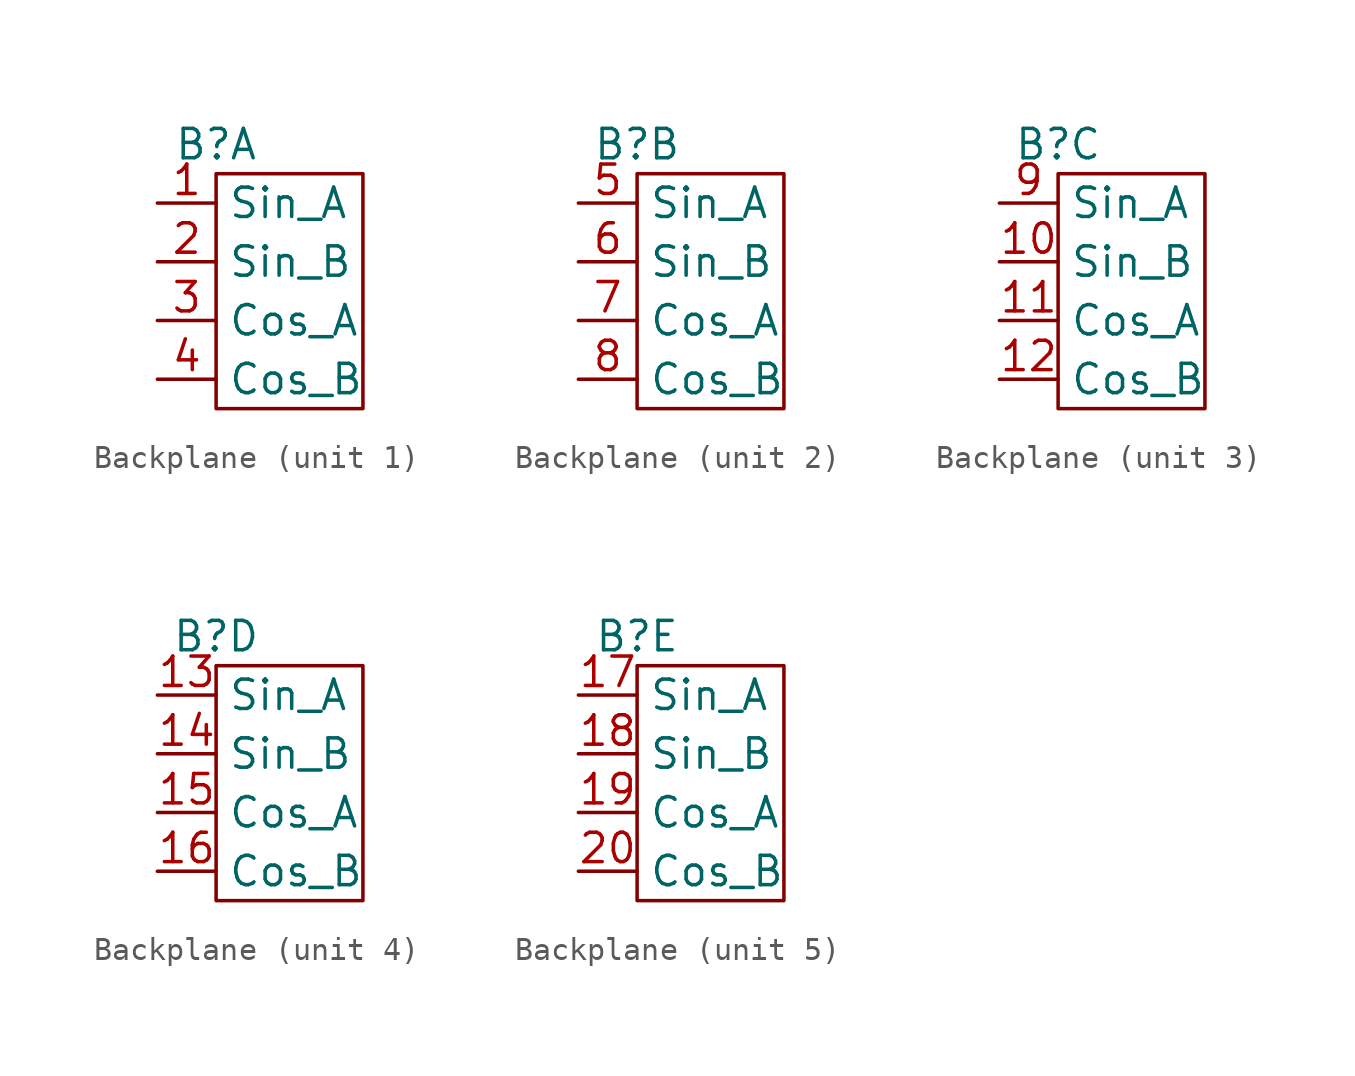
<source format=kicad_sym>
(kicad_symbol_lib
  (version 20231120)
  (generator "kicad_symbol_editor")
  (generator_version "8.0")
  (symbol "Backplane"
    (property "Reference" "B"
      (at 0 0 0)
      (effects (font (size 1.27 1.27))))
    (property "Value" ""
      (at 0 0 0)
      (effects (font (size 1.27 1.27))))
    (property "ki_locked" ""
      (at 0 0 0)
      (effects (font (size 1.27 1.27))))
    (symbol "Backplane_1_1"
      (rectangle (start 0 -1.27) (end 6.35 -11.43) (stroke (width 0) (type default)) (fill (type none)))
      (pin input line (at -2.54 -2.54 0) (length 2.54) (name "Sin_A" (effects (font (size 1.27 1.27)))) (number "1" (effects (font (size 1.27 1.27)))))
      (pin input line (at -2.54 -5.08 0) (length 2.54) (name "Sin_B" (effects (font (size 1.27 1.27)))) (number "2" (effects (font (size 1.27 1.27)))))
      (pin input line (at -2.54 -7.62 0) (length 2.54) (name "Cos_A" (effects (font (size 1.27 1.27)))) (number "3" (effects (font (size 1.27 1.27)))))
      (pin input line (at -2.54 -10.16 0) (length 2.54) (name "Cos_B" (effects (font (size 1.27 1.27)))) (number "4" (effects (font (size 1.27 1.27))))))
    (symbol "Backplane_2_1"
      (rectangle (start 0 -1.27) (end 6.35 -11.43) (stroke (width 0) (type default)) (fill (type none)))
      (pin input line (at -2.54 -2.54 0) (length 2.54) (name "Sin_A" (effects (font (size 1.27 1.27)))) (number "5" (effects (font (size 1.27 1.27)))))
      (pin input line (at -2.54 -5.08 0) (length 2.54) (name "Sin_B" (effects (font (size 1.27 1.27)))) (number "6" (effects (font (size 1.27 1.27)))))
      (pin input line (at -2.54 -7.62 0) (length 2.54) (name "Cos_A" (effects (font (size 1.27 1.27)))) (number "7" (effects (font (size 1.27 1.27)))))
      (pin input line (at -2.54 -10.16 0) (length 2.54) (name "Cos_B" (effects (font (size 1.27 1.27)))) (number "8" (effects (font (size 1.27 1.27))))))
    (symbol "Backplane_3_1"
      (rectangle (start 0 -1.27) (end 6.35 -11.43) (stroke (width 0) (type default)) (fill (type none)))
      (pin input line (at -2.54 -5.08 0) (length 2.54) (name "Sin_B" (effects (font (size 1.27 1.27)))) (number "10" (effects (font (size 1.27 1.27)))))
      (pin input line (at -2.54 -7.62 0) (length 2.54) (name "Cos_A" (effects (font (size 1.27 1.27)))) (number "11" (effects (font (size 1.27 1.27)))))
      (pin input line (at -2.54 -10.16 0) (length 2.54) (name "Cos_B" (effects (font (size 1.27 1.27)))) (number "12" (effects (font (size 1.27 1.27)))))
      (pin input line (at -2.54 -2.54 0) (length 2.54) (name "Sin_A" (effects (font (size 1.27 1.27)))) (number "9" (effects (font (size 1.27 1.27))))))
    (symbol "Backplane_4_1"
      (rectangle (start 0 -1.27) (end 6.35 -11.43) (stroke (width 0) (type default)) (fill (type none)))
      (pin input line (at -2.54 -2.54 0) (length 2.54) (name "Sin_A" (effects (font (size 1.27 1.27)))) (number "13" (effects (font (size 1.27 1.27)))))
      (pin input line (at -2.54 -5.08 0) (length 2.54) (name "Sin_B" (effects (font (size 1.27 1.27)))) (number "14" (effects (font (size 1.27 1.27)))))
      (pin input line (at -2.54 -7.62 0) (length 2.54) (name "Cos_A" (effects (font (size 1.27 1.27)))) (number "15" (effects (font (size 1.27 1.27)))))
      (pin input line (at -2.54 -10.16 0) (length 2.54) (name "Cos_B" (effects (font (size 1.27 1.27)))) (number "16" (effects (font (size 1.27 1.27))))))
    (symbol "Backplane_5_1"
      (rectangle (start 0 -1.27) (end 6.35 -11.43) (stroke (width 0) (type default)) (fill (type none)))
      (pin input line (at -2.54 -2.54 0) (length 2.54) (name "Sin_A" (effects (font (size 1.27 1.27)))) (number "17" (effects (font (size 1.27 1.27)))))
      (pin input line (at -2.54 -5.08 0) (length 2.54) (name "Sin_B" (effects (font (size 1.27 1.27)))) (number "18" (effects (font (size 1.27 1.27)))))
      (pin input line (at -2.54 -7.62 0) (length 2.54) (name "Cos_A" (effects (font (size 1.27 1.27)))) (number "19" (effects (font (size 1.27 1.27)))))
      (pin input line (at -2.54 -10.16 0) (length 2.54) (name "Cos_B" (effects (font (size 1.27 1.27)))) (number "20" (effects (font (size 1.27 1.27))))))))
</source>
